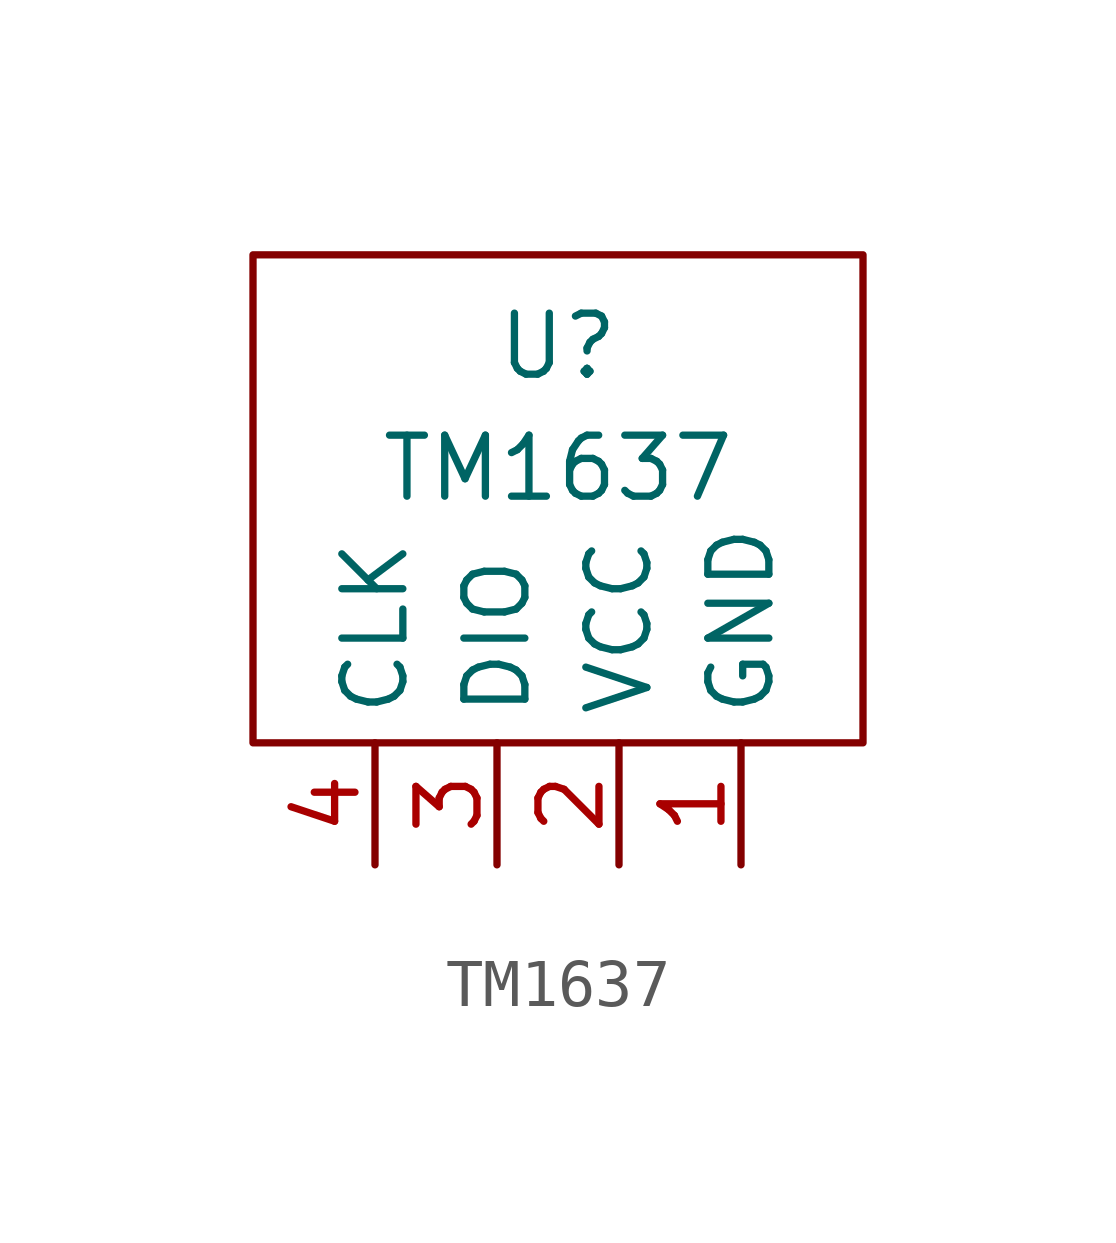
<source format=kicad_sym>
(kicad_symbol_lib
  (version 20211014)
  (generator kicad_symbol_editor)
  (symbol "TM1637"
    (property "Reference" "U"
      (at 0 0.635 0)
      (effects (font (size 1.27 1.27))))
    (property "Value" "TM1637"
      (at 0 -1.905 0)
      (effects (font (size 1.27 1.27))))
    (symbol "TM1637_0_1"
      (rectangle (start 6.35 -7.62) (end -6.35 2.54) (stroke (width 0) (type default) (color 0 0 0 0)) (fill (type none))))
    (symbol "TM1637_1_1"
      (pin power_in line (at 3.81 -10.16 90) (length 2.54) (name "GND" (effects (font (size 1.27 1.27)))) (number "1" (effects (font (size 1.27 1.27)))))
      (pin input line (at 1.27 -10.16 90) (length 2.54) (name "VCC" (effects (font (size 1.27 1.27)))) (number "2" (effects (font (size 1.27 1.27)))))
      (pin bidirectional line (at -1.27 -10.16 90) (length 2.54) (name "DIO" (effects (font (size 1.27 1.27)))) (number "3" (effects (font (size 1.27 1.27)))))
      (pin power_in line (at -3.81 -10.16 90) (length 2.54) (name "CLK" (effects (font (size 1.27 1.27)))) (number "4" (effects (font (size 1.27 1.27))))))))
</source>
